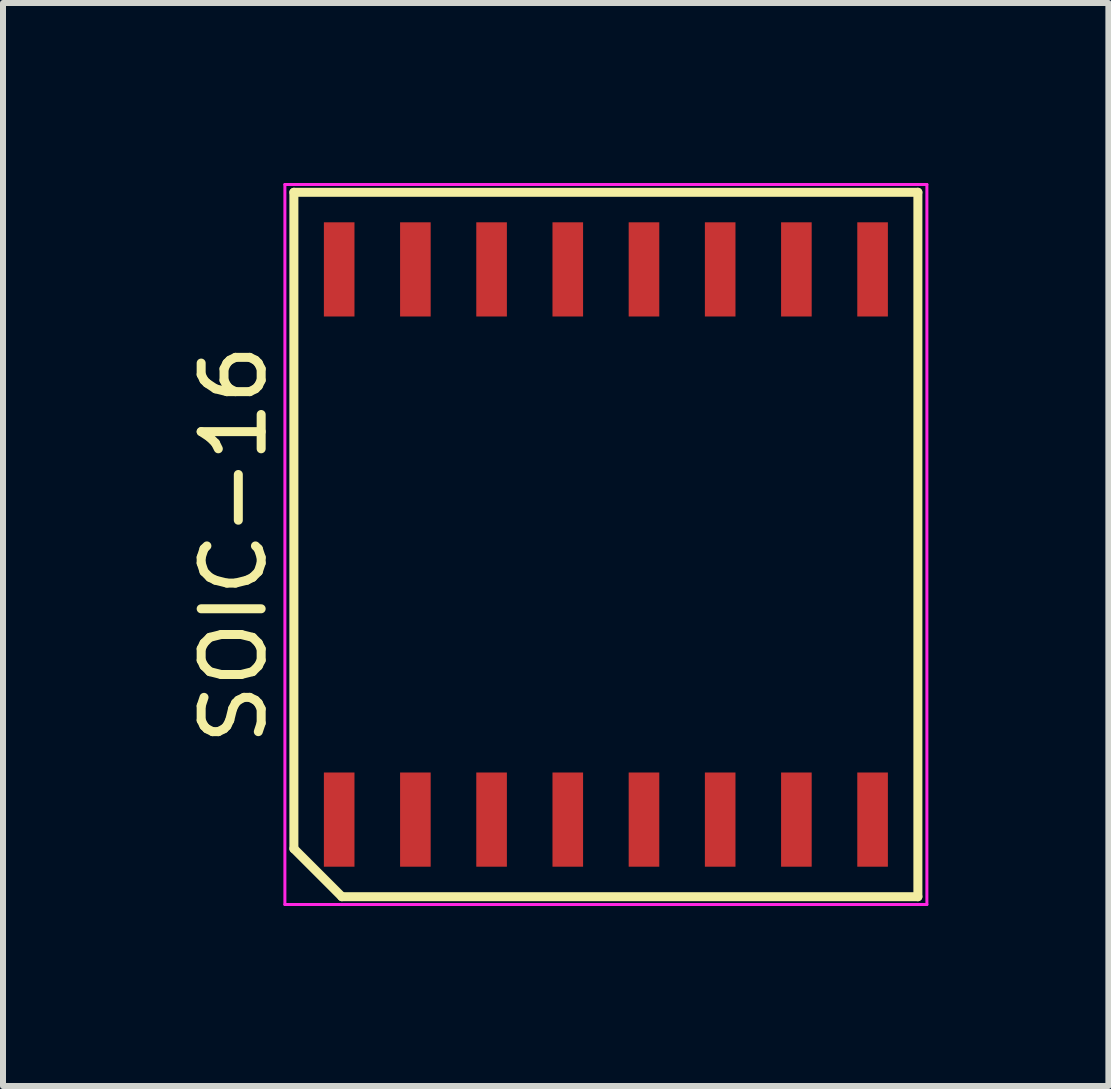
<source format=kicad_pcb>
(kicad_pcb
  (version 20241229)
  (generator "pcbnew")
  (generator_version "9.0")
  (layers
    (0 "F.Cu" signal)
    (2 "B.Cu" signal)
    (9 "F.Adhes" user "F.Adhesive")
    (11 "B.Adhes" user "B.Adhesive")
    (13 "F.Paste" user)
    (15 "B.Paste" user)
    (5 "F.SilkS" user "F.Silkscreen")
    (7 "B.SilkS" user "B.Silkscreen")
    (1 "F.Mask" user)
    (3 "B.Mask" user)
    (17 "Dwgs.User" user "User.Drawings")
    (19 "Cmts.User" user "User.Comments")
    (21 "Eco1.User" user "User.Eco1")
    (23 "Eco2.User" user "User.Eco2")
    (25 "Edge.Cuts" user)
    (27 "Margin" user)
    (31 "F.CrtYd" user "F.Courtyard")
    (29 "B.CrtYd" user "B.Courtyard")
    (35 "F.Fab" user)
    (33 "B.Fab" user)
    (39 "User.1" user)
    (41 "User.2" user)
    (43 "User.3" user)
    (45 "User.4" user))
  (footprint "SOIC-16"
    (layer "F.Cu")
    (at 7.048 6.025)
    (property "Reference" "SOIC-16" (at -6.2 0 90) (layer "F.SilkS") (effects (font (size 1 1) (thickness 0.15))))
    (attr smd)
    (fp_line (start -5.2 -5.87) (end 5.2 -5.87) (stroke (width 0.15) (type solid)) (layer "F.SilkS"))
    (fp_line (start -5.2 5.07) (end -5.2 -5.87) (stroke (width 0.15) (type solid)) (layer "F.SilkS"))
    (fp_line (start -4.4 5.87) (end -5.2 5.07) (stroke (width 0.15) (type solid)) (layer "F.SilkS"))
    (fp_line (start 5.2 -5.87) (end 5.2 5.87) (stroke (width 0.15) (type solid)) (layer "F.SilkS"))
    (fp_line (start 5.2 5.87) (end -4.4 5.87) (stroke (width 0.15) (type solid)) (layer "F.SilkS"))
    (fp_line (start -5.35 -6) (end 5.35 -6) (stroke (width 0.05) (type solid)) (layer "F.CrtYd"))
    (fp_line (start -5.35 6) (end -5.35 -6) (stroke (width 0.05) (type solid)) (layer "F.CrtYd"))
    (fp_line (start 5.35 -6) (end 5.35 6) (stroke (width 0.05) (type solid)) (layer "F.CrtYd"))
    (fp_line (start 5.35 6) (end -5.35 6) (stroke (width 0.05) (type solid)) (layer "F.CrtYd"))
    (pad "1" smd rect (at -4.445 4.585) (size 0.51 1.57) (layers "F.Cu" "F.Mask" "F.Paste"))
    (pad "2" smd rect (at -3.175 4.585) (size 0.51 1.57) (layers "F.Cu" "F.Mask" "F.Paste"))
    (pad "3" smd rect (at -1.905 4.585) (size 0.51 1.57) (layers "F.Cu" "F.Mask" "F.Paste"))
    (pad "4" smd rect (at -0.635 4.585) (size 0.51 1.57) (layers "F.Cu" "F.Mask" "F.Paste"))
    (pad "5" smd rect (at 0.635 4.585) (size 0.51 1.57) (layers "F.Cu" "F.Mask" "F.Paste"))
    (pad "6" smd rect (at 1.905 4.585) (size 0.51 1.57) (layers "F.Cu" "F.Mask" "F.Paste"))
    (pad "7" smd rect (at 3.175 4.585) (size 0.51 1.57) (layers "F.Cu" "F.Mask" "F.Paste"))
    (pad "8" smd rect (at 4.445 4.585) (size 0.51 1.57) (layers "F.Cu" "F.Mask" "F.Paste"))
    (pad "9" smd rect (at 4.445 -4.585) (size 0.51 1.57) (layers "F.Cu" "F.Mask" "F.Paste"))
    (pad "10" smd rect (at 3.175 -4.585) (size 0.51 1.57) (layers "F.Cu" "F.Mask" "F.Paste"))
    (pad "11" smd rect (at 1.905 -4.585) (size 0.51 1.57) (layers "F.Cu" "F.Mask" "F.Paste"))
    (pad "12" smd rect (at 0.635 -4.585) (size 0.51 1.57) (layers "F.Cu" "F.Mask" "F.Paste"))
    (pad "13" smd rect (at -0.635 -4.585) (size 0.51 1.57) (layers "F.Cu" "F.Mask" "F.Paste"))
    (pad "14" smd rect (at -1.905 -4.585) (size 0.51 1.57) (layers "F.Cu" "F.Mask" "F.Paste"))
    (pad "15" smd rect (at -3.175 -4.585) (size 0.51 1.57) (layers "F.Cu" "F.Mask" "F.Paste"))
    (pad "16" smd rect (at -4.445 -4.585) (size 0.51 1.57) (layers "F.Cu" "F.Mask" "F.Paste")))
  (gr_rect
    (start -3 -3)
    (end 15.423 15.05)
    (stroke (width 0.1) (type default))
    (fill no)
    (layer "Edge.Cuts")))
</source>
